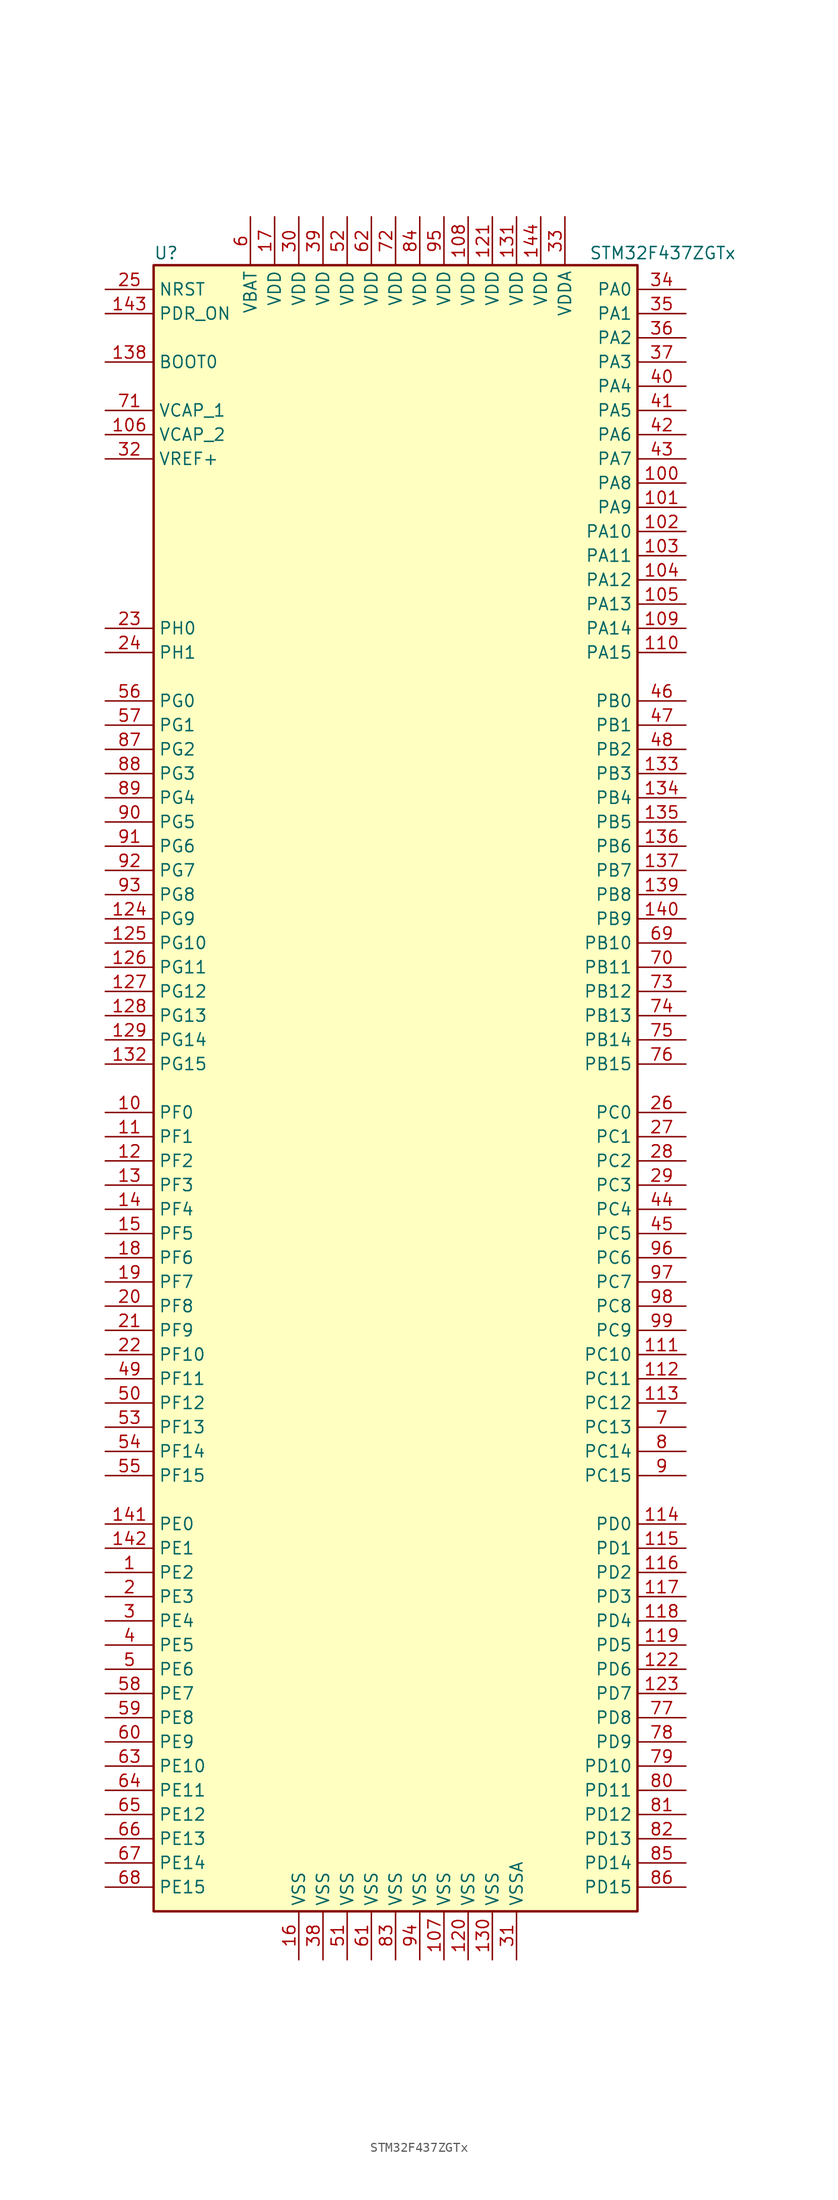
<source format=kicad_sym>
(kicad_symbol_lib
  (version 20220914)
  (generator kicad_symbol_editor)
  (symbol "STM32F437ZGTx"
    (property "Reference" "U"
      (at -25.4 87.63 0)
      (effects (font (size 1.27 1.27)) (justify left)))
    (property "Value" "STM32F437ZGTx"
      (at 20.32 87.63 0)
      (effects (font (size 1.27 1.27)) (justify left)))
    (symbol "STM32F437ZGTx_0_1"
      (rectangle (start -25.4 -86.36) (end 25.4 86.36) (stroke (width 0.254) (type default)) (fill (type background))))
    (symbol "STM32F437ZGTx_1_1"
      (pin bidirectional line (at -30.48 -50.8 0) (length 5.08) (name "PE2" (effects (font (size 1.27 1.27)))) (number "1" (effects (font (size 1.27 1.27)))))
      (pin bidirectional line (at -30.48 -2.54 0) (length 5.08) (name "PF0" (effects (font (size 1.27 1.27)))) (number "10" (effects (font (size 1.27 1.27)))))
      (pin bidirectional line (at 30.48 63.5 180) (length 5.08) (name "PA8" (effects (font (size 1.27 1.27)))) (number "100" (effects (font (size 1.27 1.27)))))
      (pin bidirectional line (at 30.48 60.96 180) (length 5.08) (name "PA9" (effects (font (size 1.27 1.27)))) (number "101" (effects (font (size 1.27 1.27)))))
      (pin bidirectional line (at 30.48 58.42 180) (length 5.08) (name "PA10" (effects (font (size 1.27 1.27)))) (number "102" (effects (font (size 1.27 1.27)))))
      (pin bidirectional line (at 30.48 55.88 180) (length 5.08) (name "PA11" (effects (font (size 1.27 1.27)))) (number "103" (effects (font (size 1.27 1.27)))))
      (pin bidirectional line (at 30.48 53.34 180) (length 5.08) (name "PA12" (effects (font (size 1.27 1.27)))) (number "104" (effects (font (size 1.27 1.27)))))
      (pin bidirectional line (at 30.48 50.8 180) (length 5.08) (name "PA13" (effects (font (size 1.27 1.27)))) (number "105" (effects (font (size 1.27 1.27)))))
      (pin power_in line (at -30.48 68.58 0) (length 5.08) (name "VCAP_2" (effects (font (size 1.27 1.27)))) (number "106" (effects (font (size 1.27 1.27)))))
      (pin power_in line (at 5.08 -91.44 90) (length 5.08) (name "VSS" (effects (font (size 1.27 1.27)))) (number "107" (effects (font (size 1.27 1.27)))))
      (pin power_in line (at 7.62 91.44 270) (length 5.08) (name "VDD" (effects (font (size 1.27 1.27)))) (number "108" (effects (font (size 1.27 1.27)))))
      (pin bidirectional line (at 30.48 48.26 180) (length 5.08) (name "PA14" (effects (font (size 1.27 1.27)))) (number "109" (effects (font (size 1.27 1.27)))))
      (pin bidirectional line (at -30.48 -5.08 0) (length 5.08) (name "PF1" (effects (font (size 1.27 1.27)))) (number "11" (effects (font (size 1.27 1.27)))))
      (pin bidirectional line (at 30.48 45.72 180) (length 5.08) (name "PA15" (effects (font (size 1.27 1.27)))) (number "110" (effects (font (size 1.27 1.27)))))
      (pin bidirectional line (at 30.48 -27.94 180) (length 5.08) (name "PC10" (effects (font (size 1.27 1.27)))) (number "111" (effects (font (size 1.27 1.27)))))
      (pin bidirectional line (at 30.48 -30.48 180) (length 5.08) (name "PC11" (effects (font (size 1.27 1.27)))) (number "112" (effects (font (size 1.27 1.27)))))
      (pin bidirectional line (at 30.48 -33.02 180) (length 5.08) (name "PC12" (effects (font (size 1.27 1.27)))) (number "113" (effects (font (size 1.27 1.27)))))
      (pin bidirectional line (at 30.48 -45.72 180) (length 5.08) (name "PD0" (effects (font (size 1.27 1.27)))) (number "114" (effects (font (size 1.27 1.27)))))
      (pin bidirectional line (at 30.48 -48.26 180) (length 5.08) (name "PD1" (effects (font (size 1.27 1.27)))) (number "115" (effects (font (size 1.27 1.27)))))
      (pin bidirectional line (at 30.48 -50.8 180) (length 5.08) (name "PD2" (effects (font (size 1.27 1.27)))) (number "116" (effects (font (size 1.27 1.27)))))
      (pin bidirectional line (at 30.48 -53.34 180) (length 5.08) (name "PD3" (effects (font (size 1.27 1.27)))) (number "117" (effects (font (size 1.27 1.27)))))
      (pin bidirectional line (at 30.48 -55.88 180) (length 5.08) (name "PD4" (effects (font (size 1.27 1.27)))) (number "118" (effects (font (size 1.27 1.27)))))
      (pin bidirectional line (at 30.48 -58.42 180) (length 5.08) (name "PD5" (effects (font (size 1.27 1.27)))) (number "119" (effects (font (size 1.27 1.27)))))
      (pin bidirectional line (at -30.48 -7.62 0) (length 5.08) (name "PF2" (effects (font (size 1.27 1.27)))) (number "12" (effects (font (size 1.27 1.27)))))
      (pin power_in line (at 7.62 -91.44 90) (length 5.08) (name "VSS" (effects (font (size 1.27 1.27)))) (number "120" (effects (font (size 1.27 1.27)))))
      (pin power_in line (at 10.16 91.44 270) (length 5.08) (name "VDD" (effects (font (size 1.27 1.27)))) (number "121" (effects (font (size 1.27 1.27)))))
      (pin bidirectional line (at 30.48 -60.96 180) (length 5.08) (name "PD6" (effects (font (size 1.27 1.27)))) (number "122" (effects (font (size 1.27 1.27)))))
      (pin bidirectional line (at 30.48 -63.5 180) (length 5.08) (name "PD7" (effects (font (size 1.27 1.27)))) (number "123" (effects (font (size 1.27 1.27)))))
      (pin bidirectional line (at -30.48 17.78 0) (length 5.08) (name "PG9" (effects (font (size 1.27 1.27)))) (number "124" (effects (font (size 1.27 1.27)))))
      (pin bidirectional line (at -30.48 15.24 0) (length 5.08) (name "PG10" (effects (font (size 1.27 1.27)))) (number "125" (effects (font (size 1.27 1.27)))))
      (pin bidirectional line (at -30.48 12.7 0) (length 5.08) (name "PG11" (effects (font (size 1.27 1.27)))) (number "126" (effects (font (size 1.27 1.27)))))
      (pin bidirectional line (at -30.48 10.16 0) (length 5.08) (name "PG12" (effects (font (size 1.27 1.27)))) (number "127" (effects (font (size 1.27 1.27)))))
      (pin bidirectional line (at -30.48 7.62 0) (length 5.08) (name "PG13" (effects (font (size 1.27 1.27)))) (number "128" (effects (font (size 1.27 1.27)))))
      (pin bidirectional line (at -30.48 5.08 0) (length 5.08) (name "PG14" (effects (font (size 1.27 1.27)))) (number "129" (effects (font (size 1.27 1.27)))))
      (pin bidirectional line (at -30.48 -10.16 0) (length 5.08) (name "PF3" (effects (font (size 1.27 1.27)))) (number "13" (effects (font (size 1.27 1.27)))))
      (pin power_in line (at 10.16 -91.44 90) (length 5.08) (name "VSS" (effects (font (size 1.27 1.27)))) (number "130" (effects (font (size 1.27 1.27)))))
      (pin power_in line (at 12.7 91.44 270) (length 5.08) (name "VDD" (effects (font (size 1.27 1.27)))) (number "131" (effects (font (size 1.27 1.27)))))
      (pin bidirectional line (at -30.48 2.54 0) (length 5.08) (name "PG15" (effects (font (size 1.27 1.27)))) (number "132" (effects (font (size 1.27 1.27)))))
      (pin bidirectional line (at 30.48 33.02 180) (length 5.08) (name "PB3" (effects (font (size 1.27 1.27)))) (number "133" (effects (font (size 1.27 1.27)))))
      (pin bidirectional line (at 30.48 30.48 180) (length 5.08) (name "PB4" (effects (font (size 1.27 1.27)))) (number "134" (effects (font (size 1.27 1.27)))))
      (pin bidirectional line (at 30.48 27.94 180) (length 5.08) (name "PB5" (effects (font (size 1.27 1.27)))) (number "135" (effects (font (size 1.27 1.27)))))
      (pin bidirectional line (at 30.48 25.4 180) (length 5.08) (name "PB6" (effects (font (size 1.27 1.27)))) (number "136" (effects (font (size 1.27 1.27)))))
      (pin bidirectional line (at 30.48 22.86 180) (length 5.08) (name "PB7" (effects (font (size 1.27 1.27)))) (number "137" (effects (font (size 1.27 1.27)))))
      (pin input line (at -30.48 76.2 0) (length 5.08) (name "BOOT0" (effects (font (size 1.27 1.27)))) (number "138" (effects (font (size 1.27 1.27)))))
      (pin bidirectional line (at 30.48 20.32 180) (length 5.08) (name "PB8" (effects (font (size 1.27 1.27)))) (number "139" (effects (font (size 1.27 1.27)))))
      (pin bidirectional line (at -30.48 -12.7 0) (length 5.08) (name "PF4" (effects (font (size 1.27 1.27)))) (number "14" (effects (font (size 1.27 1.27)))))
      (pin bidirectional line (at 30.48 17.78 180) (length 5.08) (name "PB9" (effects (font (size 1.27 1.27)))) (number "140" (effects (font (size 1.27 1.27)))))
      (pin bidirectional line (at -30.48 -45.72 0) (length 5.08) (name "PE0" (effects (font (size 1.27 1.27)))) (number "141" (effects (font (size 1.27 1.27)))))
      (pin bidirectional line (at -30.48 -48.26 0) (length 5.08) (name "PE1" (effects (font (size 1.27 1.27)))) (number "142" (effects (font (size 1.27 1.27)))))
      (pin input line (at -30.48 81.28 0) (length 5.08) (name "PDR_ON" (effects (font (size 1.27 1.27)))) (number "143" (effects (font (size 1.27 1.27)))))
      (pin power_in line (at 15.24 91.44 270) (length 5.08) (name "VDD" (effects (font (size 1.27 1.27)))) (number "144" (effects (font (size 1.27 1.27)))))
      (pin bidirectional line (at -30.48 -15.24 0) (length 5.08) (name "PF5" (effects (font (size 1.27 1.27)))) (number "15" (effects (font (size 1.27 1.27)))))
      (pin power_in line (at -10.16 -91.44 90) (length 5.08) (name "VSS" (effects (font (size 1.27 1.27)))) (number "16" (effects (font (size 1.27 1.27)))))
      (pin power_in line (at -12.7 91.44 270) (length 5.08) (name "VDD" (effects (font (size 1.27 1.27)))) (number "17" (effects (font (size 1.27 1.27)))))
      (pin bidirectional line (at -30.48 -17.78 0) (length 5.08) (name "PF6" (effects (font (size 1.27 1.27)))) (number "18" (effects (font (size 1.27 1.27)))))
      (pin bidirectional line (at -30.48 -20.32 0) (length 5.08) (name "PF7" (effects (font (size 1.27 1.27)))) (number "19" (effects (font (size 1.27 1.27)))))
      (pin bidirectional line (at -30.48 -53.34 0) (length 5.08) (name "PE3" (effects (font (size 1.27 1.27)))) (number "2" (effects (font (size 1.27 1.27)))))
      (pin bidirectional line (at -30.48 -22.86 0) (length 5.08) (name "PF8" (effects (font (size 1.27 1.27)))) (number "20" (effects (font (size 1.27 1.27)))))
      (pin bidirectional line (at -30.48 -25.4 0) (length 5.08) (name "PF9" (effects (font (size 1.27 1.27)))) (number "21" (effects (font (size 1.27 1.27)))))
      (pin bidirectional line (at -30.48 -27.94 0) (length 5.08) (name "PF10" (effects (font (size 1.27 1.27)))) (number "22" (effects (font (size 1.27 1.27)))))
      (pin input line (at -30.48 48.26 0) (length 5.08) (name "PH0" (effects (font (size 1.27 1.27)))) (number "23" (effects (font (size 1.27 1.27)))))
      (pin input line (at -30.48 45.72 0) (length 5.08) (name "PH1" (effects (font (size 1.27 1.27)))) (number "24" (effects (font (size 1.27 1.27)))))
      (pin input line (at -30.48 83.82 0) (length 5.08) (name "NRST" (effects (font (size 1.27 1.27)))) (number "25" (effects (font (size 1.27 1.27)))))
      (pin bidirectional line (at 30.48 -2.54 180) (length 5.08) (name "PC0" (effects (font (size 1.27 1.27)))) (number "26" (effects (font (size 1.27 1.27)))))
      (pin bidirectional line (at 30.48 -5.08 180) (length 5.08) (name "PC1" (effects (font (size 1.27 1.27)))) (number "27" (effects (font (size 1.27 1.27)))))
      (pin bidirectional line (at 30.48 -7.62 180) (length 5.08) (name "PC2" (effects (font (size 1.27 1.27)))) (number "28" (effects (font (size 1.27 1.27)))))
      (pin bidirectional line (at 30.48 -10.16 180) (length 5.08) (name "PC3" (effects (font (size 1.27 1.27)))) (number "29" (effects (font (size 1.27 1.27)))))
      (pin bidirectional line (at -30.48 -55.88 0) (length 5.08) (name "PE4" (effects (font (size 1.27 1.27)))) (number "3" (effects (font (size 1.27 1.27)))))
      (pin power_in line (at -10.16 91.44 270) (length 5.08) (name "VDD" (effects (font (size 1.27 1.27)))) (number "30" (effects (font (size 1.27 1.27)))))
      (pin power_in line (at 12.7 -91.44 90) (length 5.08) (name "VSSA" (effects (font (size 1.27 1.27)))) (number "31" (effects (font (size 1.27 1.27)))))
      (pin power_in line (at -30.48 66.04 0) (length 5.08) (name "VREF+" (effects (font (size 1.27 1.27)))) (number "32" (effects (font (size 1.27 1.27)))))
      (pin power_in line (at 17.78 91.44 270) (length 5.08) (name "VDDA" (effects (font (size 1.27 1.27)))) (number "33" (effects (font (size 1.27 1.27)))))
      (pin bidirectional line (at 30.48 83.82 180) (length 5.08) (name "PA0" (effects (font (size 1.27 1.27)))) (number "34" (effects (font (size 1.27 1.27)))))
      (pin bidirectional line (at 30.48 81.28 180) (length 5.08) (name "PA1" (effects (font (size 1.27 1.27)))) (number "35" (effects (font (size 1.27 1.27)))))
      (pin bidirectional line (at 30.48 78.74 180) (length 5.08) (name "PA2" (effects (font (size 1.27 1.27)))) (number "36" (effects (font (size 1.27 1.27)))))
      (pin bidirectional line (at 30.48 76.2 180) (length 5.08) (name "PA3" (effects (font (size 1.27 1.27)))) (number "37" (effects (font (size 1.27 1.27)))))
      (pin power_in line (at -7.62 -91.44 90) (length 5.08) (name "VSS" (effects (font (size 1.27 1.27)))) (number "38" (effects (font (size 1.27 1.27)))))
      (pin power_in line (at -7.62 91.44 270) (length 5.08) (name "VDD" (effects (font (size 1.27 1.27)))) (number "39" (effects (font (size 1.27 1.27)))))
      (pin bidirectional line (at -30.48 -58.42 0) (length 5.08) (name "PE5" (effects (font (size 1.27 1.27)))) (number "4" (effects (font (size 1.27 1.27)))))
      (pin bidirectional line (at 30.48 73.66 180) (length 5.08) (name "PA4" (effects (font (size 1.27 1.27)))) (number "40" (effects (font (size 1.27 1.27)))))
      (pin bidirectional line (at 30.48 71.12 180) (length 5.08) (name "PA5" (effects (font (size 1.27 1.27)))) (number "41" (effects (font (size 1.27 1.27)))))
      (pin bidirectional line (at 30.48 68.58 180) (length 5.08) (name "PA6" (effects (font (size 1.27 1.27)))) (number "42" (effects (font (size 1.27 1.27)))))
      (pin bidirectional line (at 30.48 66.04 180) (length 5.08) (name "PA7" (effects (font (size 1.27 1.27)))) (number "43" (effects (font (size 1.27 1.27)))))
      (pin bidirectional line (at 30.48 -12.7 180) (length 5.08) (name "PC4" (effects (font (size 1.27 1.27)))) (number "44" (effects (font (size 1.27 1.27)))))
      (pin bidirectional line (at 30.48 -15.24 180) (length 5.08) (name "PC5" (effects (font (size 1.27 1.27)))) (number "45" (effects (font (size 1.27 1.27)))))
      (pin bidirectional line (at 30.48 40.64 180) (length 5.08) (name "PB0" (effects (font (size 1.27 1.27)))) (number "46" (effects (font (size 1.27 1.27)))))
      (pin bidirectional line (at 30.48 38.1 180) (length 5.08) (name "PB1" (effects (font (size 1.27 1.27)))) (number "47" (effects (font (size 1.27 1.27)))))
      (pin bidirectional line (at 30.48 35.56 180) (length 5.08) (name "PB2" (effects (font (size 1.27 1.27)))) (number "48" (effects (font (size 1.27 1.27)))))
      (pin bidirectional line (at -30.48 -30.48 0) (length 5.08) (name "PF11" (effects (font (size 1.27 1.27)))) (number "49" (effects (font (size 1.27 1.27)))))
      (pin bidirectional line (at -30.48 -60.96 0) (length 5.08) (name "PE6" (effects (font (size 1.27 1.27)))) (number "5" (effects (font (size 1.27 1.27)))))
      (pin bidirectional line (at -30.48 -33.02 0) (length 5.08) (name "PF12" (effects (font (size 1.27 1.27)))) (number "50" (effects (font (size 1.27 1.27)))))
      (pin power_in line (at -5.08 -91.44 90) (length 5.08) (name "VSS" (effects (font (size 1.27 1.27)))) (number "51" (effects (font (size 1.27 1.27)))))
      (pin power_in line (at -5.08 91.44 270) (length 5.08) (name "VDD" (effects (font (size 1.27 1.27)))) (number "52" (effects (font (size 1.27 1.27)))))
      (pin bidirectional line (at -30.48 -35.56 0) (length 5.08) (name "PF13" (effects (font (size 1.27 1.27)))) (number "53" (effects (font (size 1.27 1.27)))))
      (pin bidirectional line (at -30.48 -38.1 0) (length 5.08) (name "PF14" (effects (font (size 1.27 1.27)))) (number "54" (effects (font (size 1.27 1.27)))))
      (pin bidirectional line (at -30.48 -40.64 0) (length 5.08) (name "PF15" (effects (font (size 1.27 1.27)))) (number "55" (effects (font (size 1.27 1.27)))))
      (pin bidirectional line (at -30.48 40.64 0) (length 5.08) (name "PG0" (effects (font (size 1.27 1.27)))) (number "56" (effects (font (size 1.27 1.27)))))
      (pin bidirectional line (at -30.48 38.1 0) (length 5.08) (name "PG1" (effects (font (size 1.27 1.27)))) (number "57" (effects (font (size 1.27 1.27)))))
      (pin bidirectional line (at -30.48 -63.5 0) (length 5.08) (name "PE7" (effects (font (size 1.27 1.27)))) (number "58" (effects (font (size 1.27 1.27)))))
      (pin bidirectional line (at -30.48 -66.04 0) (length 5.08) (name "PE8" (effects (font (size 1.27 1.27)))) (number "59" (effects (font (size 1.27 1.27)))))
      (pin power_in line (at -15.24 91.44 270) (length 5.08) (name "VBAT" (effects (font (size 1.27 1.27)))) (number "6" (effects (font (size 1.27 1.27)))))
      (pin bidirectional line (at -30.48 -68.58 0) (length 5.08) (name "PE9" (effects (font (size 1.27 1.27)))) (number "60" (effects (font (size 1.27 1.27)))))
      (pin power_in line (at -2.54 -91.44 90) (length 5.08) (name "VSS" (effects (font (size 1.27 1.27)))) (number "61" (effects (font (size 1.27 1.27)))))
      (pin power_in line (at -2.54 91.44 270) (length 5.08) (name "VDD" (effects (font (size 1.27 1.27)))) (number "62" (effects (font (size 1.27 1.27)))))
      (pin bidirectional line (at -30.48 -71.12 0) (length 5.08) (name "PE10" (effects (font (size 1.27 1.27)))) (number "63" (effects (font (size 1.27 1.27)))))
      (pin bidirectional line (at -30.48 -73.66 0) (length 5.08) (name "PE11" (effects (font (size 1.27 1.27)))) (number "64" (effects (font (size 1.27 1.27)))))
      (pin bidirectional line (at -30.48 -76.2 0) (length 5.08) (name "PE12" (effects (font (size 1.27 1.27)))) (number "65" (effects (font (size 1.27 1.27)))))
      (pin bidirectional line (at -30.48 -78.74 0) (length 5.08) (name "PE13" (effects (font (size 1.27 1.27)))) (number "66" (effects (font (size 1.27 1.27)))))
      (pin bidirectional line (at -30.48 -81.28 0) (length 5.08) (name "PE14" (effects (font (size 1.27 1.27)))) (number "67" (effects (font (size 1.27 1.27)))))
      (pin bidirectional line (at -30.48 -83.82 0) (length 5.08) (name "PE15" (effects (font (size 1.27 1.27)))) (number "68" (effects (font (size 1.27 1.27)))))
      (pin bidirectional line (at 30.48 15.24 180) (length 5.08) (name "PB10" (effects (font (size 1.27 1.27)))) (number "69" (effects (font (size 1.27 1.27)))))
      (pin bidirectional line (at 30.48 -35.56 180) (length 5.08) (name "PC13" (effects (font (size 1.27 1.27)))) (number "7" (effects (font (size 1.27 1.27)))))
      (pin bidirectional line (at 30.48 12.7 180) (length 5.08) (name "PB11" (effects (font (size 1.27 1.27)))) (number "70" (effects (font (size 1.27 1.27)))))
      (pin power_in line (at -30.48 71.12 0) (length 5.08) (name "VCAP_1" (effects (font (size 1.27 1.27)))) (number "71" (effects (font (size 1.27 1.27)))))
      (pin power_in line (at 0 91.44 270) (length 5.08) (name "VDD" (effects (font (size 1.27 1.27)))) (number "72" (effects (font (size 1.27 1.27)))))
      (pin bidirectional line (at 30.48 10.16 180) (length 5.08) (name "PB12" (effects (font (size 1.27 1.27)))) (number "73" (effects (font (size 1.27 1.27)))))
      (pin bidirectional line (at 30.48 7.62 180) (length 5.08) (name "PB13" (effects (font (size 1.27 1.27)))) (number "74" (effects (font (size 1.27 1.27)))))
      (pin bidirectional line (at 30.48 5.08 180) (length 5.08) (name "PB14" (effects (font (size 1.27 1.27)))) (number "75" (effects (font (size 1.27 1.27)))))
      (pin bidirectional line (at 30.48 2.54 180) (length 5.08) (name "PB15" (effects (font (size 1.27 1.27)))) (number "76" (effects (font (size 1.27 1.27)))))
      (pin bidirectional line (at 30.48 -66.04 180) (length 5.08) (name "PD8" (effects (font (size 1.27 1.27)))) (number "77" (effects (font (size 1.27 1.27)))))
      (pin bidirectional line (at 30.48 -68.58 180) (length 5.08) (name "PD9" (effects (font (size 1.27 1.27)))) (number "78" (effects (font (size 1.27 1.27)))))
      (pin bidirectional line (at 30.48 -71.12 180) (length 5.08) (name "PD10" (effects (font (size 1.27 1.27)))) (number "79" (effects (font (size 1.27 1.27)))))
      (pin bidirectional line (at 30.48 -38.1 180) (length 5.08) (name "PC14" (effects (font (size 1.27 1.27)))) (number "8" (effects (font (size 1.27 1.27)))))
      (pin bidirectional line (at 30.48 -73.66 180) (length 5.08) (name "PD11" (effects (font (size 1.27 1.27)))) (number "80" (effects (font (size 1.27 1.27)))))
      (pin bidirectional line (at 30.48 -76.2 180) (length 5.08) (name "PD12" (effects (font (size 1.27 1.27)))) (number "81" (effects (font (size 1.27 1.27)))))
      (pin bidirectional line (at 30.48 -78.74 180) (length 5.08) (name "PD13" (effects (font (size 1.27 1.27)))) (number "82" (effects (font (size 1.27 1.27)))))
      (pin power_in line (at 0 -91.44 90) (length 5.08) (name "VSS" (effects (font (size 1.27 1.27)))) (number "83" (effects (font (size 1.27 1.27)))))
      (pin power_in line (at 2.54 91.44 270) (length 5.08) (name "VDD" (effects (font (size 1.27 1.27)))) (number "84" (effects (font (size 1.27 1.27)))))
      (pin bidirectional line (at 30.48 -81.28 180) (length 5.08) (name "PD14" (effects (font (size 1.27 1.27)))) (number "85" (effects (font (size 1.27 1.27)))))
      (pin bidirectional line (at 30.48 -83.82 180) (length 5.08) (name "PD15" (effects (font (size 1.27 1.27)))) (number "86" (effects (font (size 1.27 1.27)))))
      (pin bidirectional line (at -30.48 35.56 0) (length 5.08) (name "PG2" (effects (font (size 1.27 1.27)))) (number "87" (effects (font (size 1.27 1.27)))))
      (pin bidirectional line (at -30.48 33.02 0) (length 5.08) (name "PG3" (effects (font (size 1.27 1.27)))) (number "88" (effects (font (size 1.27 1.27)))))
      (pin bidirectional line (at -30.48 30.48 0) (length 5.08) (name "PG4" (effects (font (size 1.27 1.27)))) (number "89" (effects (font (size 1.27 1.27)))))
      (pin bidirectional line (at 30.48 -40.64 180) (length 5.08) (name "PC15" (effects (font (size 1.27 1.27)))) (number "9" (effects (font (size 1.27 1.27)))))
      (pin bidirectional line (at -30.48 27.94 0) (length 5.08) (name "PG5" (effects (font (size 1.27 1.27)))) (number "90" (effects (font (size 1.27 1.27)))))
      (pin bidirectional line (at -30.48 25.4 0) (length 5.08) (name "PG6" (effects (font (size 1.27 1.27)))) (number "91" (effects (font (size 1.27 1.27)))))
      (pin bidirectional line (at -30.48 22.86 0) (length 5.08) (name "PG7" (effects (font (size 1.27 1.27)))) (number "92" (effects (font (size 1.27 1.27)))))
      (pin bidirectional line (at -30.48 20.32 0) (length 5.08) (name "PG8" (effects (font (size 1.27 1.27)))) (number "93" (effects (font (size 1.27 1.27)))))
      (pin power_in line (at 2.54 -91.44 90) (length 5.08) (name "VSS" (effects (font (size 1.27 1.27)))) (number "94" (effects (font (size 1.27 1.27)))))
      (pin power_in line (at 5.08 91.44 270) (length 5.08) (name "VDD" (effects (font (size 1.27 1.27)))) (number "95" (effects (font (size 1.27 1.27)))))
      (pin bidirectional line (at 30.48 -17.78 180) (length 5.08) (name "PC6" (effects (font (size 1.27 1.27)))) (number "96" (effects (font (size 1.27 1.27)))))
      (pin bidirectional line (at 30.48 -20.32 180) (length 5.08) (name "PC7" (effects (font (size 1.27 1.27)))) (number "97" (effects (font (size 1.27 1.27)))))
      (pin bidirectional line (at 30.48 -22.86 180) (length 5.08) (name "PC8" (effects (font (size 1.27 1.27)))) (number "98" (effects (font (size 1.27 1.27)))))
      (pin bidirectional line (at 30.48 -25.4 180) (length 5.08) (name "PC9" (effects (font (size 1.27 1.27)))) (number "99" (effects (font (size 1.27 1.27))))))))
</source>
